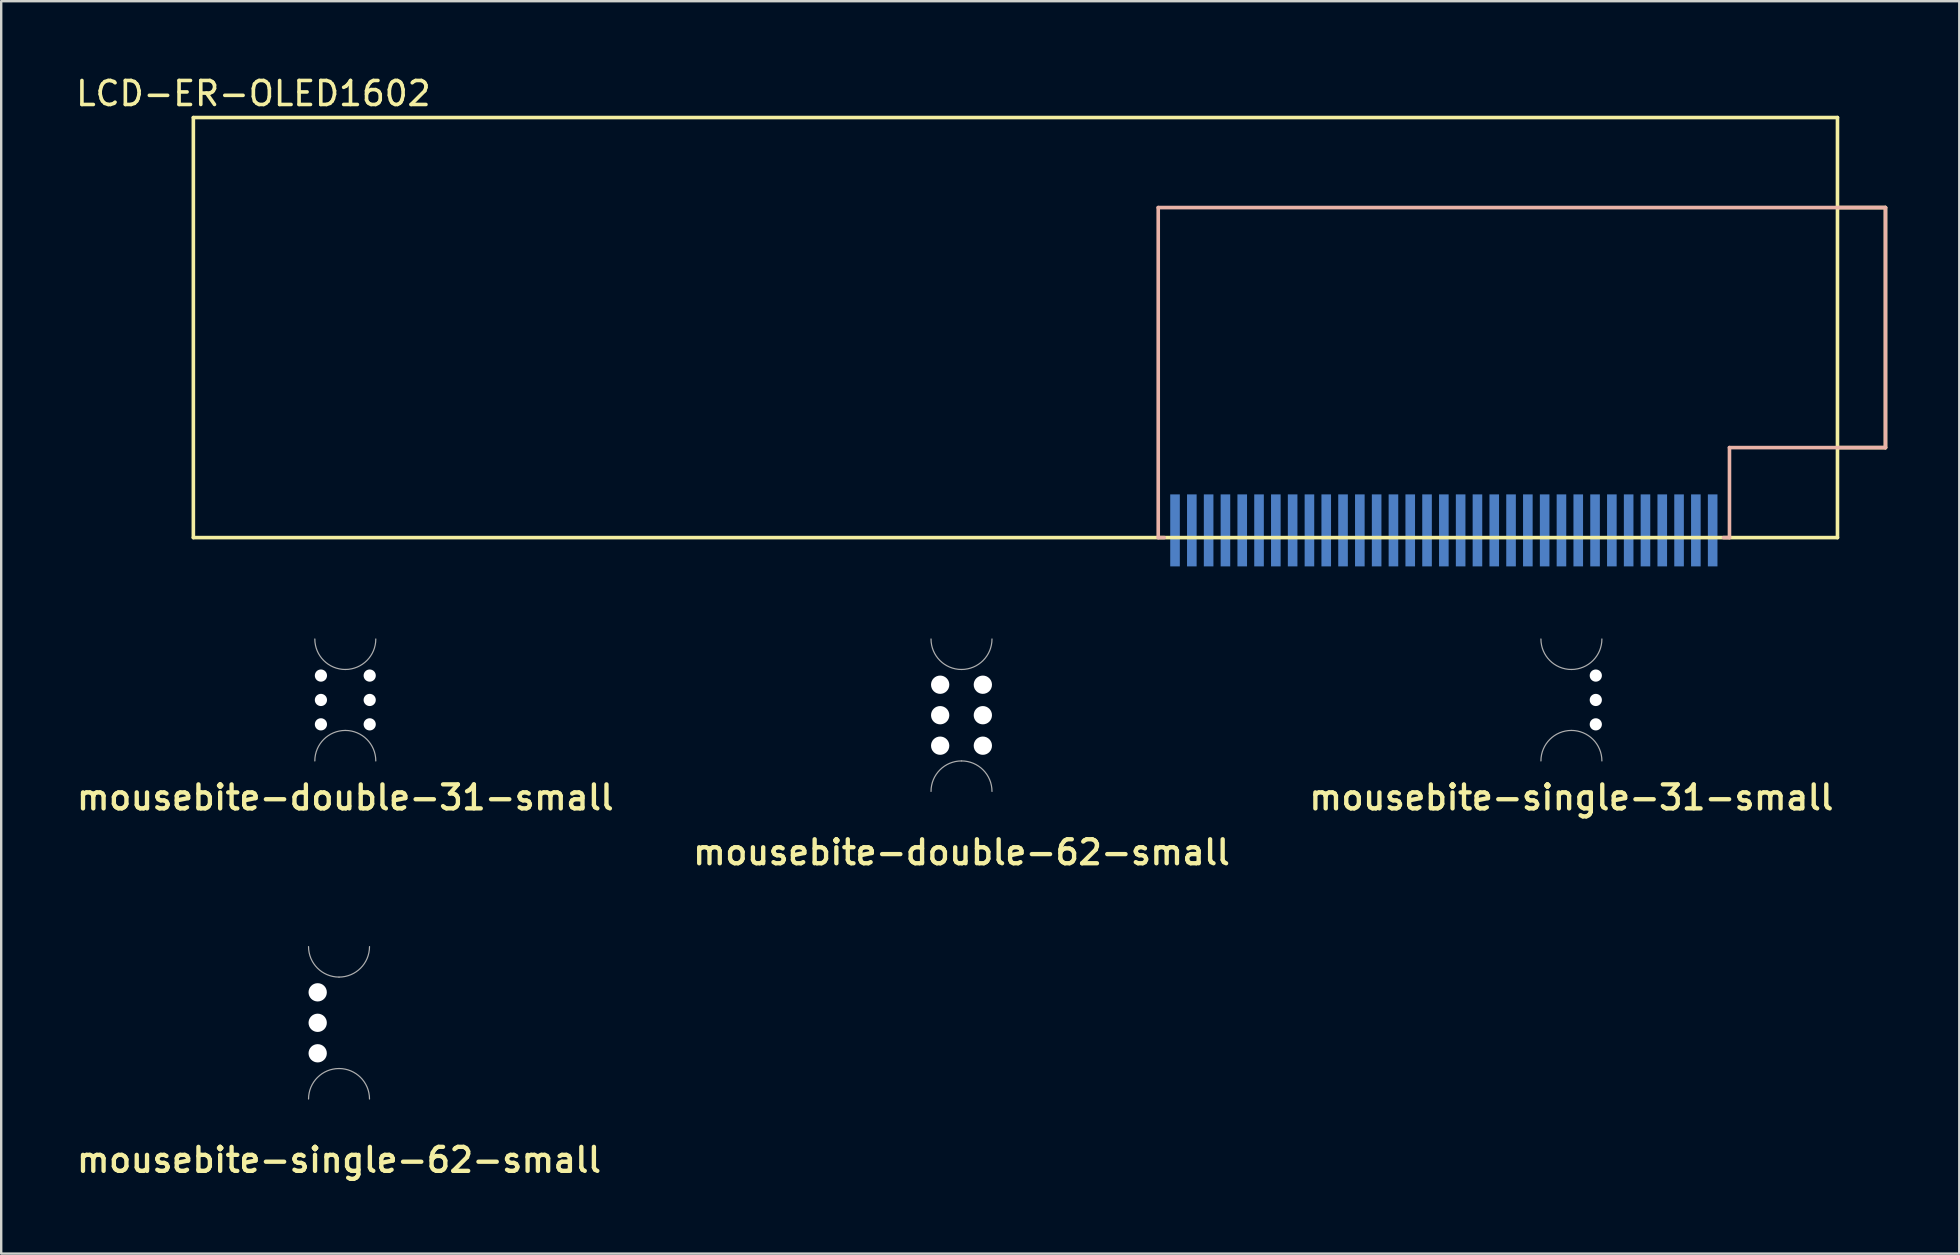
<source format=kicad_pcb>
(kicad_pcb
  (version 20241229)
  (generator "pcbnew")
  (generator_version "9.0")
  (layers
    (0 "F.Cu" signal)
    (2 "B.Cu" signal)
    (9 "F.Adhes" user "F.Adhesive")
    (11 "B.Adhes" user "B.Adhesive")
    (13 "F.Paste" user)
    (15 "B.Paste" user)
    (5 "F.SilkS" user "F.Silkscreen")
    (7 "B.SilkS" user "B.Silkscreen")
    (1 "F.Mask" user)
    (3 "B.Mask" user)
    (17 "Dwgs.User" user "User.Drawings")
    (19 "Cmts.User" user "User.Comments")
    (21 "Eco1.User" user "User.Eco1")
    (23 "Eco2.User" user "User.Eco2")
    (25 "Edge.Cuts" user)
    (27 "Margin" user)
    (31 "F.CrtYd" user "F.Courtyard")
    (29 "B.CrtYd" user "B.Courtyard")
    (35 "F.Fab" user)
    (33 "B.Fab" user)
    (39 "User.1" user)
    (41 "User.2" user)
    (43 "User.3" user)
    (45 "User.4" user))
  (footprint "LCD-ER-OLED1602"
    (layer "F.Cu")
    (at 37.256 10.598)
    (property "Reference" "LCD-ER-OLED1602" (at -29.75 -9.75 0) (layer "F.SilkS") (effects (font (size 1 1) (thickness 0.15))))
    (attr through_hole)
    (fp_line (start -32.25 -8.75) (end 36.25 -8.75) (stroke (width 0.15) (type solid)) (layer "F.SilkS"))
    (fp_line (start -32.25 8.75) (end -32.25 -8.75) (stroke (width 0.15) (type solid)) (layer "F.SilkS"))
    (fp_line (start -32.25 8.75) (end 36.25 8.75) (stroke (width 0.15) (type solid)) (layer "F.SilkS"))
    (fp_line (start 36.25 -5) (end 38.25 -5) (stroke (width 0.15) (type solid)) (layer "F.SilkS"))
    (fp_line (start 36.25 8.75) (end 36.25 -8.75) (stroke (width 0.15) (type solid)) (layer "F.SilkS"))
    (fp_line (start 38.25 -5) (end 38.25 5) (stroke (width 0.15) (type solid)) (layer "F.SilkS"))
    (fp_line (start 38.25 5) (end 36.25 5) (stroke (width 0.15) (type solid)) (layer "F.SilkS"))
    (fp_line (start 7.95 -5) (end 7.95 8.75) (stroke (width 0.15) (type solid)) (layer "B.SilkS"))
    (fp_line (start 7.95 8.75) (end 8.2 8.75) (stroke (width 0.15) (type solid)) (layer "B.SilkS"))
    (fp_line (start 31.75 5) (end 38.25 5) (stroke (width 0.15) (type solid)) (layer "B.SilkS"))
    (fp_line (start 31.75 8.75) (end 31.5 8.75) (stroke (width 0.15) (type solid)) (layer "B.SilkS"))
    (fp_line (start 31.75 8.75) (end 31.75 5) (stroke (width 0.15) (type solid)) (layer "B.SilkS"))
    (fp_line (start 38.25 -5) (end 7.95 -5) (stroke (width 0.15) (type solid)) (layer "B.SilkS"))
    (fp_line (start 38.25 5) (end 38.25 -5) (stroke (width 0.15) (type solid)) (layer "B.SilkS"))
    (pad "1" smd rect (at 31.05 8.45) (size 0.4 3) (layers "B.Cu" "B.Mask" "B.Paste"))
    (pad "2" smd rect (at 30.35 8.45) (size 0.4 3) (layers "B.Cu" "B.Mask" "B.Paste"))
    (pad "3" smd rect (at 29.65 8.45) (size 0.4 3) (layers "B.Cu" "B.Mask" "B.Paste"))
    (pad "4" smd rect (at 28.95 8.45) (size 0.4 3) (layers "B.Cu" "B.Mask" "B.Paste"))
    (pad "5" smd rect (at 28.25 8.45) (size 0.4 3) (layers "B.Cu" "B.Mask" "B.Paste"))
    (pad "6" smd rect (at 27.55 8.45) (size 0.4 3) (layers "B.Cu" "B.Mask" "B.Paste"))
    (pad "7" smd rect (at 26.85 8.45) (size 0.4 3) (layers "B.Cu" "B.Mask" "B.Paste"))
    (pad "8" smd rect (at 26.15 8.45) (size 0.4 3) (layers "B.Cu" "B.Mask" "B.Paste"))
    (pad "9" smd rect (at 25.45 8.45) (size 0.4 3) (layers "B.Cu" "B.Mask" "B.Paste"))
    (pad "10" smd rect (at 24.75 8.45) (size 0.4 3) (layers "B.Cu" "B.Mask" "B.Paste"))
    (pad "11" smd rect (at 24.05 8.45) (size 0.4 3) (layers "B.Cu" "B.Mask" "B.Paste"))
    (pad "12" smd rect (at 23.35 8.45) (size 0.4 3) (layers "B.Cu" "B.Mask" "B.Paste"))
    (pad "13" smd rect (at 22.65 8.45) (size 0.4 3) (layers "B.Cu" "B.Mask" "B.Paste"))
    (pad "14" smd rect (at 21.95 8.45) (size 0.4 3) (layers "B.Cu" "B.Mask" "B.Paste"))
    (pad "15" smd rect (at 21.25 8.45) (size 0.4 3) (layers "B.Cu" "B.Mask" "B.Paste"))
    (pad "16" smd rect (at 20.55 8.45) (size 0.4 3) (layers "B.Cu" "B.Mask" "B.Paste"))
    (pad "17" smd rect (at 19.85 8.45) (size 0.4 3) (layers "B.Cu" "B.Mask" "B.Paste"))
    (pad "18" smd rect (at 19.15 8.45) (size 0.4 3) (layers "B.Cu" "B.Mask" "B.Paste"))
    (pad "19" smd rect (at 18.45 8.45) (size 0.4 3) (layers "B.Cu" "B.Mask" "B.Paste"))
    (pad "20" smd rect (at 17.75 8.45) (size 0.4 3) (layers "B.Cu" "B.Mask" "B.Paste"))
    (pad "21" smd rect (at 17.05 8.45) (size 0.4 3) (layers "B.Cu" "B.Mask" "B.Paste"))
    (pad "22" smd rect (at 16.35 8.45) (size 0.4 3) (layers "B.Cu" "B.Mask" "B.Paste"))
    (pad "23" smd rect (at 15.65 8.45) (size 0.4 3) (layers "B.Cu" "B.Mask" "B.Paste"))
    (pad "24" smd rect (at 14.95 8.45) (size 0.4 3) (layers "B.Cu" "B.Mask" "B.Paste"))
    (pad "25" smd rect (at 14.25 8.45) (size 0.4 3) (layers "B.Cu" "B.Mask" "B.Paste"))
    (pad "26" smd rect (at 13.55 8.45) (size 0.4 3) (layers "B.Cu" "B.Mask" "B.Paste"))
    (pad "27" smd rect (at 12.85 8.45) (size 0.4 3) (layers "B.Cu" "B.Mask" "B.Paste"))
    (pad "28" smd rect (at 12.15 8.45) (size 0.4 3) (layers "B.Cu" "B.Mask" "B.Paste"))
    (pad "29" smd rect (at 11.45 8.45) (size 0.4 3) (layers "B.Cu" "B.Mask" "B.Paste"))
    (pad "30" smd rect (at 10.75 8.45) (size 0.4 3) (layers "B.Cu" "B.Mask" "B.Paste"))
    (pad "31" smd rect (at 10.05 8.45) (size 0.4 3) (layers "B.Cu" "B.Mask" "B.Paste"))
    (pad "32" smd rect (at 9.35 8.45) (size 0.4 3) (layers "B.Cu" "B.Mask" "B.Paste"))
    (pad "33" smd rect (at 8.65 8.45) (size 0.4 3) (layers "B.Cu" "B.Mask" "B.Paste")))
  (footprint "mousebite-single-62-small"
    (layer "F.Cu")
    (at 11.075 39.564)
    (property "Reference" "mousebite-single-62-small" (at 0 5.715 0) (layer "F.SilkS") (effects (font (size 1 1) (thickness 0.18))))
    (attr through_hole)
    (fp_arc (start -1.27 3.175) (mid -0.898026 2.276974) (end 0 1.905) (stroke (width 0.05) (type solid)) (layer "F.Fab"))
    (fp_arc (start 0 -1.905) (mid -0.898026 -2.276974) (end -1.27 -3.175) (stroke (width 0.05) (type solid)) (layer "F.Fab"))
    (fp_arc (start 0 1.905) (mid 0.898026 2.276974) (end 1.27 3.175) (stroke (width 0.05) (type solid)) (layer "F.Fab"))
    (fp_arc (start 1.27 -3.175) (mid 0.898026 -2.276974) (end 0 -1.905) (stroke (width 0.05) (type solid)) (layer "F.Fab"))
    (pad "" np_thru_hole circle (at -0.889 -1.27) (size 0.762 0.762) (drill 0.762) (layers "*.Cu"))
    (pad "" np_thru_hole circle (at -0.889 0) (size 0.762 0.762) (drill 0.762) (layers "*.Cu"))
    (pad "" np_thru_hole circle (at -0.889 1.27) (size 0.762 0.762) (drill 0.762) (layers "*.Cu")))
  (footprint "mousebite-single-31-small"
    (layer "F.Cu")
    (at 62.421 26.113)
    (property "Reference" "mousebite-single-31-small" (at 0 4.064 0) (layer "F.SilkS") (effects (font (size 1 1) (thickness 0.18))))
    (attr through_hole)
    (fp_arc (start -1.27 2.54) (mid -0.898026 1.641974) (end 0 1.27) (stroke (width 0.05) (type solid)) (layer "F.Fab"))
    (fp_arc (start 0 -1.27) (mid -0.898026 -1.641974) (end -1.27 -2.54) (stroke (width 0.05) (type solid)) (layer "F.Fab"))
    (fp_arc (start 0 1.27) (mid 0.898026 1.641974) (end 1.27 2.54) (stroke (width 0.05) (type solid)) (layer "F.Fab"))
    (fp_arc (start 1.27 -2.54) (mid 0.898026 -1.641974) (end 0 -1.27) (stroke (width 0.05) (type solid)) (layer "F.Fab"))
    (pad "" np_thru_hole circle (at 1.016 -1.016) (size 0.508 0.508) (drill 0.508) (layers "*.Cu"))
    (pad "" np_thru_hole circle (at 1.016 0) (size 0.508 0.508) (drill 0.508) (layers "*.Cu"))
    (pad "" np_thru_hole circle (at 1.016 1.016) (size 0.508 0.508) (drill 0.508) (layers "*.Cu")))
  (footprint "mousebite-double-31-small"
    (layer "F.Cu")
    (at 11.337 26.113)
    (property "Reference" "mousebite-double-31-small" (at 0 4.064 0) (layer "F.SilkS") (effects (font (size 1 1) (thickness 0.18))))
    (attr through_hole)
    (fp_arc (start -1.27 2.54) (mid -0.898026 1.641974) (end 0 1.27) (stroke (width 0.05) (type solid)) (layer "F.Fab"))
    (fp_arc (start 0 -1.27) (mid -0.898026 -1.641974) (end -1.27 -2.54) (stroke (width 0.05) (type solid)) (layer "F.Fab"))
    (fp_arc (start 0 1.27) (mid 0.898026 1.641974) (end 1.27 2.54) (stroke (width 0.05) (type solid)) (layer "F.Fab"))
    (fp_arc (start 1.27 -2.54) (mid 0.898026 -1.641974) (end 0 -1.27) (stroke (width 0.05) (type solid)) (layer "F.Fab"))
    (pad "" np_thru_hole circle (at -1.016 -1.016) (size 0.508 0.508) (drill 0.508) (layers "*.Cu"))
    (pad "" np_thru_hole circle (at -1.016 0) (size 0.508 0.508) (drill 0.508) (layers "*.Cu"))
    (pad "" np_thru_hole circle (at -1.016 1.016) (size 0.508 0.508) (drill 0.508) (layers "*.Cu"))
    (pad "" np_thru_hole circle (at 1.016 -1.016) (size 0.508 0.508) (drill 0.508) (layers "*.Cu"))
    (pad "" np_thru_hole circle (at 1.016 0) (size 0.508 0.508) (drill 0.508) (layers "*.Cu"))
    (pad "" np_thru_hole circle (at 1.016 1.016) (size 0.508 0.508) (drill 0.508) (layers "*.Cu")))
  (footprint "mousebite-double-62-small"
    (layer "F.Cu")
    (at 37.01 26.748)
    (property "Reference" "mousebite-double-62-small" (at 0 5.715 0) (layer "F.SilkS") (effects (font (size 1 1) (thickness 0.18))))
    (attr through_hole)
    (fp_arc (start -1.27 3.175) (mid -0.898026 2.276974) (end 0 1.905) (stroke (width 0.05) (type solid)) (layer "F.Fab"))
    (fp_arc (start 0 -1.905) (mid -0.898026 -2.276974) (end -1.27 -3.175) (stroke (width 0.05) (type solid)) (layer "F.Fab"))
    (fp_arc (start 0 1.905) (mid 0.898026 2.276974) (end 1.27 3.175) (stroke (width 0.05) (type solid)) (layer "F.Fab"))
    (fp_arc (start 1.27 -3.175) (mid 0.898026 -2.276974) (end 0 -1.905) (stroke (width 0.05) (type solid)) (layer "F.Fab"))
    (pad "" np_thru_hole circle (at -0.889 -1.27) (size 0.762 0.762) (drill 0.762) (layers "*.Cu"))
    (pad "" np_thru_hole circle (at -0.889 0) (size 0.762 0.762) (drill 0.762) (layers "*.Cu"))
    (pad "" np_thru_hole circle (at -0.889 1.27) (size 0.762 0.762) (drill 0.762) (layers "*.Cu"))
    (pad "" np_thru_hole circle (at 0.889 -1.27) (size 0.762 0.762) (drill 0.762) (layers "*.Cu"))
    (pad "" np_thru_hole circle (at 0.889 0) (size 0.762 0.762) (drill 0.762) (layers "*.Cu"))
    (pad "" np_thru_hole circle (at 0.889 1.27) (size 0.762 0.762) (drill 0.762) (layers "*.Cu")))
  (gr_rect
    (start -3 -3)
    (end 78.581 49.18)
    (stroke (width 0.1) (type default))
    (fill no)
    (layer "Edge.Cuts")))
</source>
